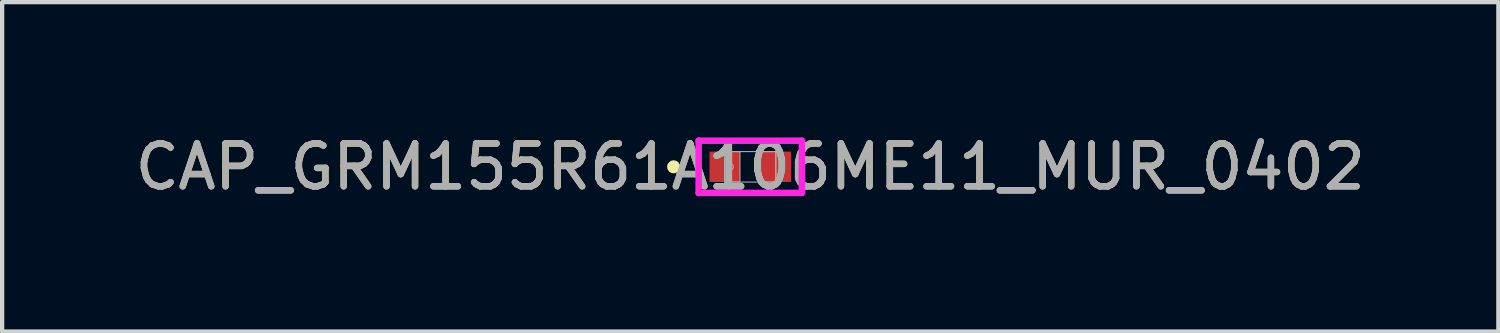
<source format=kicad_pcb>
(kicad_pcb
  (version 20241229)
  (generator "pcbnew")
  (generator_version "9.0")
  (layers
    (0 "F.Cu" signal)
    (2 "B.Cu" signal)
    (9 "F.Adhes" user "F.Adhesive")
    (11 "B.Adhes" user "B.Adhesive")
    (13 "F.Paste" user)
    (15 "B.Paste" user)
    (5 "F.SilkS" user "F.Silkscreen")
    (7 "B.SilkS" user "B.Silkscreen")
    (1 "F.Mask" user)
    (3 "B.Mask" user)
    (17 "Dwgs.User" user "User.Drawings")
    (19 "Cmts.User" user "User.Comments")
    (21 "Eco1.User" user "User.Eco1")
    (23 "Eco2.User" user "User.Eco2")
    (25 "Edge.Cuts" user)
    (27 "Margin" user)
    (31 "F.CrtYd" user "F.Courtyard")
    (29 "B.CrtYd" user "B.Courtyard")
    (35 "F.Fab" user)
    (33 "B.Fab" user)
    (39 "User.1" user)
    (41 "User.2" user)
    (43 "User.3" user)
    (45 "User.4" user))
  (footprint "CAP_GRM155R61A106ME11_MUR_0402"
    (layer "F.Cu")
    (at 14.482 0.848)
    (property "Reference" "CAP_GRM155R61A106ME11_MUR_0402" (at 0 0 0) (unlocked yes) (layer "F.SilkS") (effects (font (size 1 1) (thickness 0.15))))
    (attr smd)
    (fp_circle (center -1.791 0) (end -1.714 0) (stroke (width 0.152) (type solid)) (fill no) (layer "F.SilkS"))
    (fp_line (start -1.206 -0.61) (end 1.206 -0.61) (stroke (width 0.152) (type solid)) (layer "F.CrtYd"))
    (fp_line (start -1.206 0.61) (end -1.206 -0.61) (stroke (width 0.152) (type solid)) (layer "F.CrtYd"))
    (fp_line (start 1.206 -0.61) (end 1.206 0.61) (stroke (width 0.152) (type solid)) (layer "F.CrtYd"))
    (fp_line (start 1.206 0.61) (end -1.206 0.61) (stroke (width 0.152) (type solid)) (layer "F.CrtYd"))
    (fp_line (start -0.597 -0.356) (end -0.597 0.356) (stroke (width 0.025) (type solid)) (layer "F.Fab"))
    (fp_line (start -0.597 -0.356) (end -0.597 0.356) (stroke (width 0.025) (type solid)) (layer "F.Fab"))
    (fp_line (start -0.597 0.356) (end -0.241 0.356) (stroke (width 0.025) (type solid)) (layer "F.Fab"))
    (fp_line (start -0.597 0.356) (end 0.597 0.356) (stroke (width 0.025) (type solid)) (layer "F.Fab"))
    (fp_line (start -0.241 -0.356) (end -0.597 -0.356) (stroke (width 0.025) (type solid)) (layer "F.Fab"))
    (fp_line (start -0.241 0.356) (end -0.241 -0.356) (stroke (width 0.025) (type solid)) (layer "F.Fab"))
    (fp_line (start 0.241 -0.356) (end 0.241 0.356) (stroke (width 0.025) (type solid)) (layer "F.Fab"))
    (fp_line (start 0.241 0.356) (end 0.597 0.356) (stroke (width 0.025) (type solid)) (layer "F.Fab"))
    (fp_line (start 0.597 -0.356) (end -0.597 -0.356) (stroke (width 0.025) (type solid)) (layer "F.Fab"))
    (fp_line (start 0.597 -0.356) (end 0.241 -0.356) (stroke (width 0.025) (type solid)) (layer "F.Fab"))
    (fp_line (start 0.597 0.356) (end 0.597 -0.356) (stroke (width 0.025) (type solid)) (layer "F.Fab"))
    (fp_line (start 0.597 0.356) (end 0.597 -0.356) (stroke (width 0.025) (type solid)) (layer "F.Fab"))
    (fp_circle (center -0.47 0) (end -0.394 0) (stroke (width 0.025) (type solid)) (fill no) (layer "F.Fab"))
    (fp_text user "${REFERENCE}" (at 0 0 0) (unlocked yes) (layer "F.Fab") (effects (font (size 1 1) (thickness 0.15))))
    (pad "1" smd rect (at -0.597 0) (size 0.711 0.711) (layers "F.Cu" "F.Mask" "F.Paste"))
    (pad "2" smd rect (at 0.597 0) (size 0.711 0.711) (layers "F.Cu" "F.Mask" "F.Paste"))
    (zone (net_name "") (layer "F.Cu") (hatch full 0.508) (connect_pads) (min_thickness 0.254) (filled_areas_thickness no) (keepout (tracks not_allowed) (vias not_allowed) (pads allowed) (copperpour not_allowed) (footprints allowed)) (placement (enabled no)) (fill) (polygon (pts (xy 14.292 0.543) (xy 14.673 0.543) (xy 14.673 1.153) (xy 14.292 1.153)))))
  (gr_rect
    (start -3 -3)
    (end 31.964 4.697)
    (stroke (width 0.1) (type default))
    (fill no)
    (layer "Edge.Cuts")))
</source>
